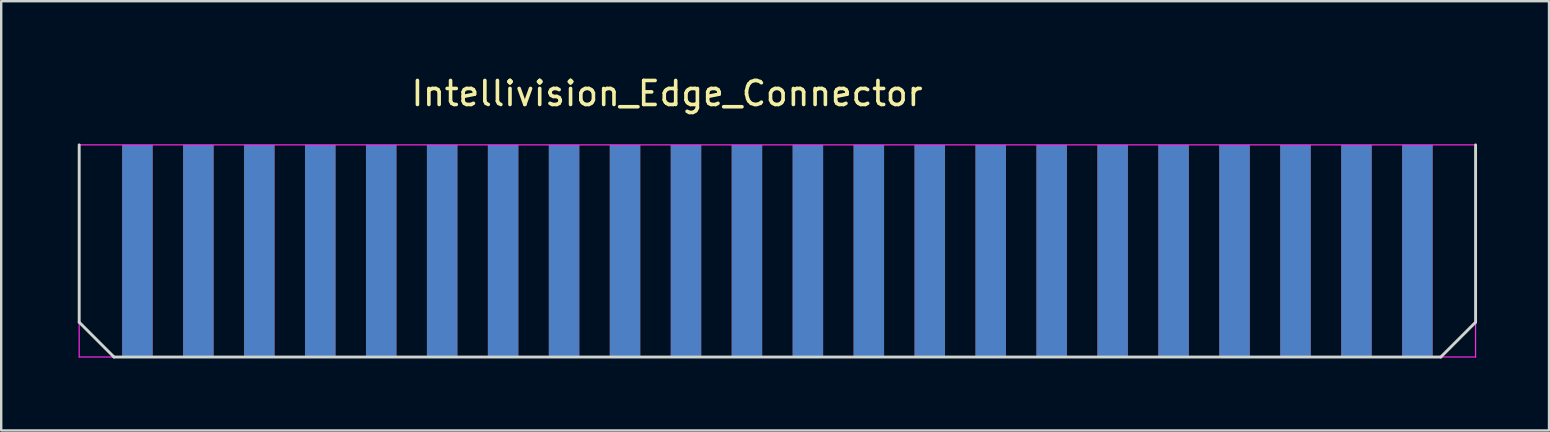
<source format=kicad_pcb>
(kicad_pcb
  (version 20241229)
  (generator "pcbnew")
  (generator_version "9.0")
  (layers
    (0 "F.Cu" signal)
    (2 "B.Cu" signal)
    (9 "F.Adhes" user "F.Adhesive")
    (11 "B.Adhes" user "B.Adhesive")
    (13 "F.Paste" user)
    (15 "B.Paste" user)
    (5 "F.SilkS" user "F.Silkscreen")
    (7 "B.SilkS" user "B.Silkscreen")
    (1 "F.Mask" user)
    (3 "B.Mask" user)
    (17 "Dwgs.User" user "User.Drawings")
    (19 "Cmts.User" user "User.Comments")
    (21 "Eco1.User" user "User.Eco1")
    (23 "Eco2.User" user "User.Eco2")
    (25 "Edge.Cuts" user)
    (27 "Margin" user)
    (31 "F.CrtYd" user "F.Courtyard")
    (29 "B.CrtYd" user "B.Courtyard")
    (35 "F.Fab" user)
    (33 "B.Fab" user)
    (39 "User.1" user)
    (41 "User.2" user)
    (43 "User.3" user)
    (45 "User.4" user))
  (footprint "Intellivision_Edge_Connector"
    (layer "F.Cu")
    (at 0.25 2.988)
    (property "Reference" "Intellivision_Edge_Connector" (at 24.5 -2.14 0) (unlocked yes) (layer "F.SilkS") (effects (font (size 1 1) (thickness 0.15))))
    (fp_line (start 0 7.39) (end 0 0) (stroke (width 0.12) (type solid)) (layer "Edge.Cuts"))
    (fp_line (start 0 7.39) (end 1.45 8.84) (stroke (width 0.12) (type solid)) (layer "Edge.Cuts"))
    (fp_line (start 56.741 8.84) (end 1.45 8.84) (stroke (width 0.12) (type solid)) (layer "Edge.Cuts"))
    (fp_line (start 58.191 7.39) (end 56.741 8.84) (stroke (width 0.12) (type solid)) (layer "Edge.Cuts"))
    (fp_line (start 58.191 7.39) (end 58.191 0) (stroke (width 0.12) (type solid)) (layer "Edge.Cuts"))
    (fp_line (start 0 8.84) (end 0 0) (stroke (width 0.05) (type solid)) (layer "F.CrtYd"))
    (fp_line (start 58.191 0) (end 0 0) (stroke (width 0.05) (type default)) (layer "F.CrtYd"))
    (fp_line (start 58.191 0) (end 58.191 8.84) (stroke (width 0.05) (type solid)) (layer "F.CrtYd"))
    (fp_line (start 58.191 8.84) (end 0 8.84) (stroke (width 0.05) (type solid)) (layer "F.CrtYd"))
    (pad "1" connect rect (at 55.766 4.42) (size 1.27 8.84) (layers "B.Cu" "B.Mask"))
    (pad "2" connect rect (at 55.766 4.42) (size 1.27 8.84) (layers "F.Cu" "F.Mask"))
    (pad "3" connect rect (at 53.226 4.42) (size 1.27 8.84) (layers "B.Cu" "B.Mask"))
    (pad "4" connect rect (at 53.226 4.42) (size 1.27 8.84) (layers "F.Cu" "F.Mask"))
    (pad "5" connect rect (at 50.686 4.42) (size 1.27 8.84) (layers "B.Cu" "B.Mask"))
    (pad "6" connect rect (at 50.686 4.42) (size 1.27 8.84) (layers "F.Cu" "F.Mask"))
    (pad "7" connect rect (at 48.146 4.42) (size 1.27 8.84) (layers "B.Cu" "B.Mask"))
    (pad "8" connect rect (at 48.146 4.42) (size 1.27 8.84) (layers "F.Cu" "F.Mask"))
    (pad "9" connect rect (at 45.606 4.42) (size 1.27 8.84) (layers "B.Cu" "B.Mask"))
    (pad "10" connect rect (at 45.606 4.42) (size 1.27 8.84) (layers "F.Cu" "F.Mask"))
    (pad "11" connect rect (at 43.066 4.42) (size 1.27 8.84) (layers "B.Cu" "B.Mask"))
    (pad "12" connect rect (at 43.066 4.42) (size 1.27 8.84) (layers "F.Cu" "F.Mask"))
    (pad "13" connect rect (at 40.526 4.42) (size 1.27 8.84) (layers "B.Cu" "B.Mask"))
    (pad "14" connect rect (at 40.526 4.42) (size 1.27 8.84) (layers "F.Cu" "F.Mask"))
    (pad "15" connect rect (at 37.986 4.42) (size 1.27 8.84) (layers "B.Cu" "B.Mask"))
    (pad "16" connect rect (at 37.986 4.42) (size 1.27 8.84) (layers "F.Cu" "F.Mask"))
    (pad "17" connect rect (at 35.446 4.42) (size 1.27 8.84) (layers "B.Cu" "B.Mask"))
    (pad "18" connect rect (at 35.446 4.42) (size 1.27 8.84) (layers "F.Cu" "F.Mask"))
    (pad "19" connect rect (at 32.906 4.42) (size 1.27 8.84) (layers "B.Cu" "B.Mask"))
    (pad "20" connect rect (at 32.906 4.42) (size 1.27 8.84) (layers "F.Cu" "F.Mask"))
    (pad "21" connect rect (at 30.366 4.42) (size 1.27 8.84) (layers "B.Cu" "B.Mask"))
    (pad "22" connect rect (at 30.366 4.42) (size 1.27 8.84) (layers "F.Cu" "F.Mask"))
    (pad "23" connect rect (at 27.826 4.42) (size 1.27 8.84) (layers "B.Cu" "B.Mask"))
    (pad "24" connect rect (at 27.826 4.42) (size 1.27 8.84) (layers "F.Cu" "F.Mask"))
    (pad "25" connect rect (at 25.286 4.42) (size 1.27 8.84) (layers "B.Cu" "B.Mask"))
    (pad "26" connect rect (at 25.286 4.42) (size 1.27 8.84) (layers "F.Cu" "F.Mask"))
    (pad "27" connect rect (at 22.746 4.42) (size 1.27 8.84) (layers "B.Cu" "B.Mask"))
    (pad "28" connect rect (at 22.746 4.42) (size 1.27 8.84) (layers "F.Cu" "F.Mask"))
    (pad "29" connect rect (at 20.206 4.42) (size 1.27 8.84) (layers "B.Cu" "B.Mask"))
    (pad "30" connect rect (at 20.206 4.42) (size 1.27 8.84) (layers "F.Cu" "F.Mask"))
    (pad "31" connect rect (at 17.666 4.42) (size 1.27 8.84) (layers "B.Cu" "B.Mask"))
    (pad "32" connect rect (at 17.666 4.42) (size 1.27 8.84) (layers "F.Cu" "F.Mask"))
    (pad "33" connect rect (at 15.126 4.42) (size 1.27 8.84) (layers "B.Cu" "B.Mask"))
    (pad "34" connect rect (at 15.126 4.42) (size 1.27 8.84) (layers "F.Cu" "F.Mask"))
    (pad "35" connect rect (at 12.586 4.42) (size 1.27 8.84) (layers "B.Cu" "B.Mask"))
    (pad "36" connect rect (at 12.586 4.42) (size 1.27 8.84) (layers "F.Cu" "F.Mask"))
    (pad "37" connect rect (at 10.046 4.42) (size 1.27 8.84) (layers "B.Cu" "B.Mask"))
    (pad "38" connect rect (at 10.046 4.42) (size 1.27 8.84) (layers "F.Cu" "F.Mask"))
    (pad "39" connect rect (at 7.506 4.42) (size 1.27 8.84) (layers "B.Cu" "B.Mask"))
    (pad "40" connect rect (at 7.506 4.42) (size 1.27 8.84) (layers "F.Cu" "F.Mask"))
    (pad "41" connect rect (at 4.966 4.42) (size 1.27 8.84) (layers "B.Cu" "B.Mask"))
    (pad "42" connect rect (at 4.966 4.42) (size 1.27 8.84) (layers "F.Cu" "F.Mask"))
    (pad "43" connect rect (at 2.426 4.42) (size 1.27 8.84) (layers "B.Cu" "B.Mask"))
    (pad "44" connect rect (at 2.426 4.42) (size 1.27 8.84) (layers "F.Cu" "F.Mask")))
  (gr_rect
    (start -3 -3)
    (end 61.501 14.888)
    (stroke (width 0.1) (type default))
    (fill no)
    (layer "Edge.Cuts")))
</source>
